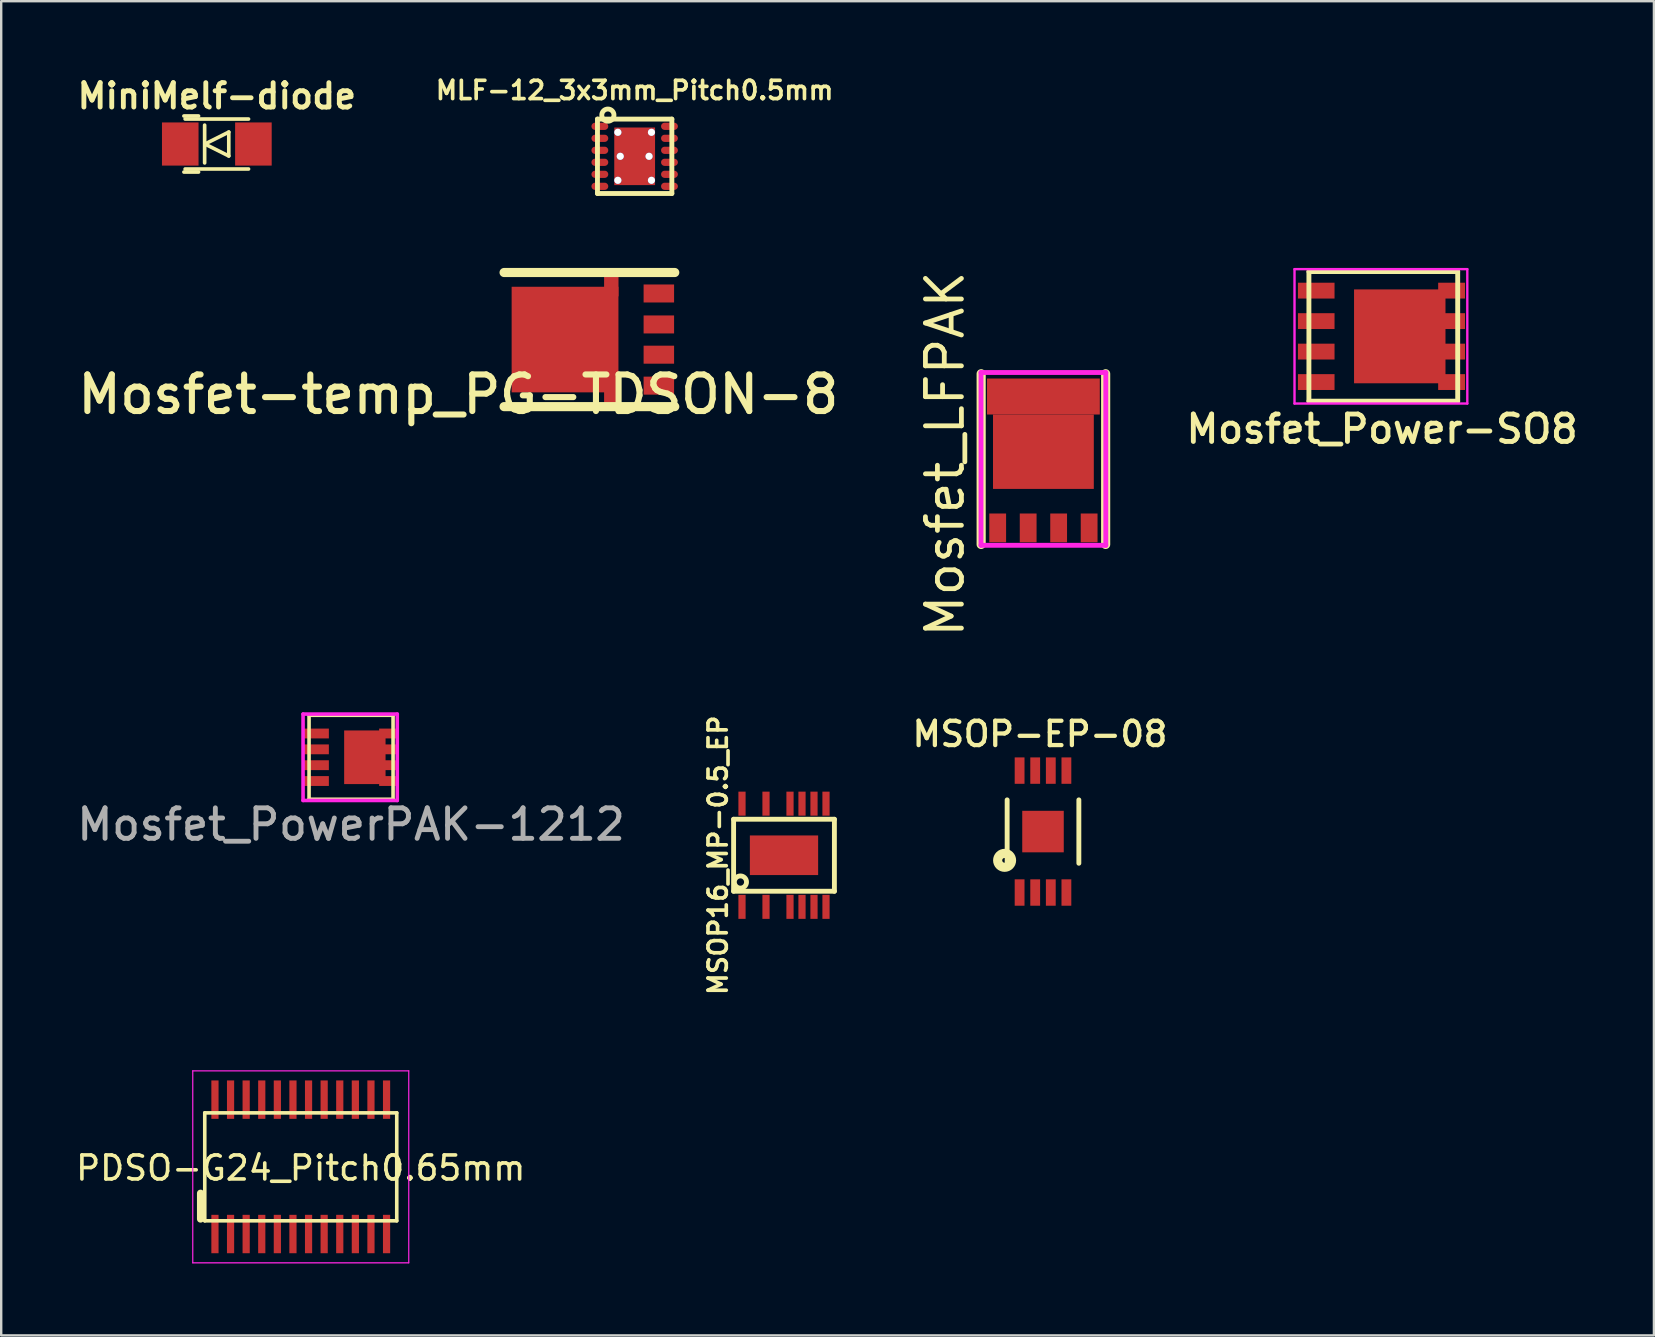
<source format=kicad_pcb>
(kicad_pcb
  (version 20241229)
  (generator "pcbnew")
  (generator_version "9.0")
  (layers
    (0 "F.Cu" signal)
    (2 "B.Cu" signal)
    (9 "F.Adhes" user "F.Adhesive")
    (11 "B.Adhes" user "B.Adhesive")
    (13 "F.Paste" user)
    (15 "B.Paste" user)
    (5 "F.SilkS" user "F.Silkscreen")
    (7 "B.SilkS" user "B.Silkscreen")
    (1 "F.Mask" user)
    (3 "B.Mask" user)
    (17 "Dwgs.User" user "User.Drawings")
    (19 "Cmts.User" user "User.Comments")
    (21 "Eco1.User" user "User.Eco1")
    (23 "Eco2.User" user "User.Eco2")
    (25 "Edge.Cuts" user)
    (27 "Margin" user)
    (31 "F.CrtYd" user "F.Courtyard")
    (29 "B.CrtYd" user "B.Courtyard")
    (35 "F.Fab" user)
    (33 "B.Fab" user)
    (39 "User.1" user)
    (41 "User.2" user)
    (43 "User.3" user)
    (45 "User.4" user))
  (footprint "MSOP-EP-08"
    (layer "F.Cu")
    (at 40.41 31.6)
    (property "Reference" "MSOP-EP-08" (at -0.127 -4.064 0) (layer "F.SilkS") (effects (font (size 1.016 1.016) (thickness 0.178))))
    (attr smd)
    (fp_line (start -1.494 -1.321) (end -1.494 1.321) (stroke (width 0.203) (type solid)) (layer "F.SilkS"))
    (fp_line (start 1.494 -1.321) (end 1.494 1.321) (stroke (width 0.203) (type solid)) (layer "F.SilkS"))
    (fp_circle (center -1.6 1.199) (end -1.501 1.199) (stroke (width 0.381) (type solid)) (fill no) (layer "F.SilkS"))
    (pad "1" smd rect (at -0.975 2.54) (size 0.409 1.1) (layers "F.Cu" "F.Mask" "F.Paste"))
    (pad "2" smd rect (at -0.325 2.54) (size 0.409 1.1) (layers "F.Cu" "F.Mask" "F.Paste"))
    (pad "3" smd rect (at 0.325 2.54) (size 0.409 1.1) (layers "F.Cu" "F.Mask" "F.Paste"))
    (pad "4" smd rect (at 0.975 2.54) (size 0.409 1.1) (layers "F.Cu" "F.Mask" "F.Paste"))
    (pad "5" smd rect (at 0.975 -2.54) (size 0.409 1.1) (layers "F.Cu" "F.Mask" "F.Paste"))
    (pad "6" smd rect (at 0.325 -2.54) (size 0.409 1.1) (layers "F.Cu" "F.Mask" "F.Paste"))
    (pad "7" smd rect (at -0.325 -2.54) (size 0.409 1.1) (layers "F.Cu" "F.Mask" "F.Paste"))
    (pad "8" smd rect (at -0.975 -2.54) (size 0.409 1.1) (layers "F.Cu" "F.Mask" "F.Paste"))
    (pad "9" smd rect (at 0 0) (size 1.73 1.73) (layers "F.Cu" "F.Mask" "F.Paste")))
  (footprint "Mosfet-temp_PG-TDSON-8"
    (layer "F.Cu")
    (at 21.002 11.099)
    (property "Reference" "Mosfet-temp_PG-TDSON-8" (at -4.953 2.286 0) (layer "F.SilkS") (effects (font (size 1.524 1.524) (thickness 0.254))))
    (attr through_hole)
    (fp_line (start -3.048 -2.794) (end 4.064 -2.794) (stroke (width 0.381) (type solid)) (layer "F.SilkS"))
    (fp_line (start -3.048 2.794) (end 4.064 2.794) (stroke (width 0.381) (type solid)) (layer "F.SilkS"))
    (pad "D" smd rect (at -0.508 0) (size 4.45 4.4) (layers "F.Cu" "F.Mask" "F.Paste"))
    (pad "D" smd rect (at 1.42 -2.3) (size 0.6 1) (layers "F.Cu" "F.Mask" "F.Paste"))
    (pad "D" smd rect (at 1.42 2.3) (size 0.6 1) (layers "F.Cu" "F.Mask" "F.Paste"))
    (pad "G" smd rect (at 3.401 -1.92) (size 1.27 0.75) (layers "F.Cu" "F.Mask" "F.Paste"))
    (pad "S" smd rect (at 3.401 -0.63) (size 1.27 0.75) (layers "F.Cu" "F.Mask" "F.Paste"))
    (pad "S" smd rect (at 3.401 0.63) (size 1.27 0.75) (layers "F.Cu" "F.Mask" "F.Paste"))
    (pad "S" smd rect (at 3.401 1.92) (size 1.27 0.75) (layers "F.Cu" "F.Mask" "F.Paste")))
  (footprint "MSOP16_MP-0.5_EP"
    (layer "F.Cu")
    (at 29.618 32.587)
    (property "Reference" "MSOP16_MP-0.5_EP" (at -2.75 0 90) (layer "F.SilkS") (effects (font (size 0.762 0.762) (thickness 0.152))))
    (attr smd)
    (fp_line (start -2.1 -1.5) (end 2.1 -1.5) (stroke (width 0.203) (type solid)) (layer "F.SilkS"))
    (fp_line (start -2.1 1.5) (end -2.1 -1.5) (stroke (width 0.203) (type solid)) (layer "F.SilkS"))
    (fp_line (start 2.1 -1.5) (end 2.1 1.5) (stroke (width 0.203) (type solid)) (layer "F.SilkS"))
    (fp_line (start 2.1 1.5) (end -2.1 1.5) (stroke (width 0.203) (type solid)) (layer "F.SilkS"))
    (fp_circle (center -1.816 1.116) (end -1.816 0.862) (stroke (width 0.203) (type solid)) (fill no) (layer "F.SilkS"))
    (pad "" smd circle (at -0.75 0) (size 1 1) (layers "F.Paste"))
    (pad "" smd circle (at 0.75 0) (size 1 1) (layers "F.Paste"))
    (pad "1" smd rect (at -1.75 2.15) (size 0.3 1.001) (layers "F.Cu" "F.Mask" "F.Paste"))
    (pad "3" smd rect (at -0.75 2.15) (size 0.3 1.001) (layers "F.Cu" "F.Mask" "F.Paste"))
    (pad "5" smd rect (at 0.25 2.15) (size 0.3 1.001) (layers "F.Cu" "F.Mask" "F.Paste"))
    (pad "6" smd rect (at 0.75 2.15) (size 0.3 1.001) (layers "F.Cu" "F.Mask" "F.Paste"))
    (pad "7" smd rect (at 1.25 2.15) (size 0.3 1.001) (layers "F.Cu" "F.Mask" "F.Paste"))
    (pad "8" smd rect (at 1.75 2.15) (size 0.3 1.001) (layers "F.Cu" "F.Mask" "F.Paste"))
    (pad "9" smd rect (at 1.75 -2.15) (size 0.3 1.001) (layers "F.Cu" "F.Mask" "F.Paste"))
    (pad "10" smd rect (at 1.25 -2.15) (size 0.3 1.001) (layers "F.Cu" "F.Mask" "F.Paste"))
    (pad "11" smd rect (at 0.75 -2.15) (size 0.3 1.001) (layers "F.Cu" "F.Mask" "F.Paste"))
    (pad "12" smd rect (at 0.25 -2.15) (size 0.3 1.001) (layers "F.Cu" "F.Mask" "F.Paste"))
    (pad "14" smd rect (at -0.75 -2.15) (size 0.3 1.001) (layers "F.Cu" "F.Mask" "F.Paste"))
    (pad "16" smd rect (at -1.75 -2.15) (size 0.3 1.001) (layers "F.Cu" "F.Mask" "F.Paste"))
    (pad "17" smd rect (at 0 0) (size 2.845 1.651) (layers "F.Cu" "F.Mask")))
  (footprint "PDSO-G24_Pitch0.65mm"
    (layer "F.Cu")
    (at 9.482 45.57)
    (property "Reference" "PDSO-G24_Pitch0.65mm" (at 0 0.05 0) (layer "F.SilkS") (effects (font (size 1 1) (thickness 0.15))))
    (attr smd)
    (fp_line (start -4.175 1.1) (end -4.175 2.175) (stroke (width 0.3) (type solid)) (layer "F.SilkS"))
    (fp_line (start -4 -2.25) (end 4 -2.25) (stroke (width 0.15) (type solid)) (layer "F.SilkS"))
    (fp_line (start -4 2.25) (end -4 -2.25) (stroke (width 0.15) (type solid)) (layer "F.SilkS"))
    (fp_line (start -4 2.25) (end 4 2.25) (stroke (width 0.15) (type solid)) (layer "F.SilkS"))
    (fp_line (start 4 2.25) (end 4 -2.25) (stroke (width 0.15) (type solid)) (layer "F.SilkS"))
    (fp_line (start -4.5 -4) (end 4.5 -4) (stroke (width 0.05) (type solid)) (layer "F.CrtYd"))
    (fp_line (start -4.5 4) (end -4.5 -4) (stroke (width 0.05) (type solid)) (layer "F.CrtYd"))
    (fp_line (start -4.5 4) (end 4.5 4) (stroke (width 0.05) (type solid)) (layer "F.CrtYd"))
    (fp_line (start 4.5 4) (end 4.5 -4) (stroke (width 0.05) (type solid)) (layer "F.CrtYd"))
    (pad "1" smd rect (at -3.575 2.8) (size 0.3 1.6) (layers "F.Cu" "F.Mask" "F.Paste"))
    (pad "2" smd rect (at -2.925 2.8) (size 0.3 1.6) (layers "F.Cu" "F.Mask" "F.Paste"))
    (pad "3" smd rect (at -2.275 2.8) (size 0.3 1.6) (layers "F.Cu" "F.Mask" "F.Paste"))
    (pad "4" smd rect (at -1.625 2.8) (size 0.3 1.6) (layers "F.Cu" "F.Mask" "F.Paste"))
    (pad "5" smd rect (at -0.975 2.8) (size 0.3 1.6) (layers "F.Cu" "F.Mask" "F.Paste"))
    (pad "6" smd rect (at -0.325 2.8) (size 0.3 1.6) (layers "F.Cu" "F.Mask" "F.Paste"))
    (pad "7" smd rect (at 0.325 2.8) (size 0.3 1.6) (layers "F.Cu" "F.Mask" "F.Paste"))
    (pad "8" smd rect (at 0.975 2.8) (size 0.3 1.6) (layers "F.Cu" "F.Mask" "F.Paste"))
    (pad "9" smd rect (at 1.625 2.8) (size 0.3 1.6) (layers "F.Cu" "F.Mask" "F.Paste"))
    (pad "10" smd rect (at 2.275 2.8) (size 0.3 1.6) (layers "F.Cu" "F.Mask" "F.Paste"))
    (pad "11" smd rect (at 2.925 2.8) (size 0.3 1.6) (layers "F.Cu" "F.Mask" "F.Paste"))
    (pad "12" smd rect (at 3.575 2.8) (size 0.3 1.6) (layers "F.Cu" "F.Mask" "F.Paste"))
    (pad "13" smd rect (at 3.575 -2.8) (size 0.3 1.6) (layers "F.Cu" "F.Mask" "F.Paste"))
    (pad "14" smd rect (at 2.925 -2.8) (size 0.3 1.6) (layers "F.Cu" "F.Mask" "F.Paste"))
    (pad "15" smd rect (at 2.275 -2.8) (size 0.3 1.6) (layers "F.Cu" "F.Mask" "F.Paste"))
    (pad "16" smd rect (at 1.625 -2.8) (size 0.3 1.6) (layers "F.Cu" "F.Mask" "F.Paste"))
    (pad "17" smd rect (at 0.975 -2.8) (size 0.3 1.6) (layers "F.Cu" "F.Mask" "F.Paste"))
    (pad "18" smd rect (at 0.325 -2.8) (size 0.3 1.6) (layers "F.Cu" "F.Mask" "F.Paste"))
    (pad "19" smd rect (at -0.325 -2.8) (size 0.3 1.6) (layers "F.Cu" "F.Mask" "F.Paste"))
    (pad "20" smd rect (at -0.975 -2.8) (size 0.3 1.6) (layers "F.Cu" "F.Mask" "F.Paste"))
    (pad "21" smd rect (at -1.625 -2.8) (size 0.3 1.6) (layers "F.Cu" "F.Mask" "F.Paste"))
    (pad "22" smd rect (at -2.275 -2.8) (size 0.3 1.6) (layers "F.Cu" "F.Mask" "F.Paste"))
    (pad "23" smd rect (at -2.925 -2.8) (size 0.3 1.6) (layers "F.Cu" "F.Mask" "F.Paste"))
    (pad "24" smd rect (at -3.575 -2.8) (size 0.3 1.6) (layers "F.Cu" "F.Mask" "F.Paste")))
  (footprint "MiniMelf-diode"
    (layer "F.Cu")
    (at 5.985 2.951)
    (property "Reference" "MiniMelf-diode" (at 0 -2 0) (layer "F.SilkS") (effects (font (size 1.016 1.016) (thickness 0.203))))
    (attr smd)
    (fp_line (start -1.372 -1.168) (end -0.762 -1.168) (stroke (width 0.152) (type solid)) (layer "F.SilkS"))
    (fp_line (start -1.372 1.168) (end -0.762 1.168) (stroke (width 0.152) (type solid)) (layer "F.SilkS"))
    (fp_line (start -0.508 0.787) (end -0.508 -0.787) (stroke (width 0.152) (type solid)) (layer "F.SilkS"))
    (fp_line (start -0.498 0) (end 0.498 0.498) (stroke (width 0.152) (type solid)) (layer "F.SilkS"))
    (fp_line (start 0.498 -0.498) (end -0.498 0) (stroke (width 0.152) (type solid)) (layer "F.SilkS"))
    (fp_line (start 0.498 0.498) (end 0.498 -0.498) (stroke (width 0.152) (type solid)) (layer "F.SilkS"))
    (fp_line (start 1.321 -1.041) (end -1.321 -1.041) (stroke (width 0.152) (type solid)) (layer "F.SilkS"))
    (fp_line (start 1.321 1.041) (end -1.321 1.041) (stroke (width 0.152) (type solid)) (layer "F.SilkS"))
    (pad "1" smd rect (at -1.524 0) (size 1.524 1.798) (layers "F.Cu" "F.Mask" "F.Paste"))
    (pad "2" smd rect (at 1.524 0) (size 1.524 1.798) (layers "F.Cu" "F.Mask" "F.Paste")))
  (footprint "Mosfet_Power-SO8"
    (layer "F.Cu")
    (at 54.59 10.965)
    (property "Reference" "Mosfet_Power-SO8" (at -0.051 3.861 0) (layer "F.SilkS") (effects (font (size 1.143 1.143) (thickness 0.203))))
    (attr smd)
    (fp_line (start -3.1 -2.7) (end -3.1 2.7) (stroke (width 0.203) (type solid)) (layer "F.SilkS"))
    (fp_line (start -3.1 2.7) (end 3.1 2.7) (stroke (width 0.203) (type solid)) (layer "F.SilkS"))
    (fp_line (start 3.1 -2.7) (end -3.1 -2.7) (stroke (width 0.203) (type solid)) (layer "F.SilkS"))
    (fp_line (start 3.1 2.7) (end 3.1 -2.7) (stroke (width 0.203) (type solid)) (layer "F.SilkS"))
    (fp_line (start -3.7 -2.8) (end 3.5 -2.8) (stroke (width 0.1) (type solid)) (layer "F.CrtYd"))
    (fp_line (start -3.7 2.8) (end -3.7 -2.8) (stroke (width 0.1) (type solid)) (layer "F.CrtYd"))
    (fp_line (start 3.5 -2.8) (end 3.5 2.8) (stroke (width 0.1) (type solid)) (layer "F.CrtYd"))
    (fp_line (start 3.5 2.8) (end -3.7 2.8) (stroke (width 0.1) (type solid)) (layer "F.CrtYd"))
    (pad "" smd circle (at -0.7 -1.4) (size 0.8 0.8) (layers "F.Paste"))
    (pad "" smd circle (at -0.7 -0.45) (size 0.8 0.8) (layers "F.Paste"))
    (pad "" smd circle (at -0.7 0.5) (size 0.8 0.8) (layers "F.Paste"))
    (pad "" smd circle (at -0.7 1.45) (size 0.8 0.8) (layers "F.Paste"))
    (pad "" smd circle (at 0.3 -1.4) (size 0.8 0.8) (layers "F.Paste"))
    (pad "" smd circle (at 0.3 -0.45) (size 0.8 0.8) (layers "F.Paste"))
    (pad "" smd circle (at 0.3 0.5) (size 0.8 0.8) (layers "F.Paste"))
    (pad "" smd circle (at 0.3 1.45) (size 0.8 0.8) (layers "F.Paste"))
    (pad "" smd circle (at 1.3 -1.4) (size 0.8 0.8) (layers "F.Paste"))
    (pad "" smd circle (at 1.3 -0.45) (size 0.8 0.8) (layers "F.Paste"))
    (pad "" smd circle (at 1.3 0.5) (size 0.8 0.8) (layers "F.Paste"))
    (pad "" smd circle (at 1.3 1.45) (size 0.8 0.8) (layers "F.Paste"))
    (pad "" smd circle (at 2.007 0) (size 0.6 0.6) (layers "F.Paste"))
    (pad "" smd circle (at 2.083 -1.27) (size 0.6 0.6) (layers "F.Paste"))
    (pad "" smd circle (at 2.083 1.27) (size 0.6 0.6) (layers "F.Paste"))
    (pad "D" smd rect (at 0.686 0) (size 3.81 3.912) (layers "F.Cu" "F.Mask"))
    (pad "D" smd rect (at 2.845 -1.905) (size 1.118 0.66) (layers "F.Cu" "F.Mask" "F.Paste"))
    (pad "D" smd rect (at 2.845 -0.635) (size 1.118 0.66) (layers "F.Cu" "F.Mask" "F.Paste"))
    (pad "D" smd rect (at 2.845 0.635) (size 1.118 0.66) (layers "F.Cu" "F.Mask" "F.Paste"))
    (pad "D" smd rect (at 2.845 1.905) (size 1.118 0.66) (layers "F.Cu" "F.Mask" "F.Paste"))
    (pad "G" smd rect (at -2.794 1.905) (size 1.524 0.66) (layers "F.Cu" "F.Mask" "F.Paste"))
    (pad "S" smd rect (at -2.794 -1.905) (size 1.524 0.66) (layers "F.Cu" "F.Mask" "F.Paste"))
    (pad "S" smd rect (at -2.794 -0.635) (size 1.524 0.66) (layers "F.Cu" "F.Mask" "F.Paste"))
    (pad "S" smd rect (at -2.794 0.635) (size 1.524 0.66) (layers "F.Cu" "F.Mask" "F.Paste")))
  (footprint "Mosfet_PowerPAK-1212"
    (layer "F.Cu")
    (at 11.578 28.504)
    (property "Reference" "Mosfet_PowerPAK-1212" (at 0 2.8 0) (layer "F.Fab") (effects (font (size 1.27 1.27) (thickness 0.203))))
    (attr through_hole)
    (fp_line (start -1.75 -1.75) (end 1.75 -1.75) (stroke (width 0.15) (type solid)) (layer "F.SilkS"))
    (fp_line (start -1.75 1.75) (end -1.75 -1.75) (stroke (width 0.15) (type solid)) (layer "F.SilkS"))
    (fp_line (start 1.75 -1.75) (end 1.75 1.75) (stroke (width 0.15) (type solid)) (layer "F.SilkS"))
    (fp_line (start 1.75 1.75) (end -1.75 1.75) (stroke (width 0.15) (type solid)) (layer "F.SilkS"))
    (fp_line (start -2 -1.8) (end 1.925 -1.8) (stroke (width 0.15) (type solid)) (layer "F.CrtYd"))
    (fp_line (start -2 1.8) (end -2 -1.8) (stroke (width 0.15) (type solid)) (layer "F.CrtYd"))
    (fp_line (start 1.925 -1.8) (end 1.925 1.8) (stroke (width 0.15) (type solid)) (layer "F.CrtYd"))
    (fp_line (start 1.925 1.8) (end -2 1.8) (stroke (width 0.15) (type solid)) (layer "F.CrtYd"))
    (pad "D" smd rect (at 0.575 0 270) (size 2.235 1.725) (layers "F.Cu" "F.Mask"))
    (pad "D" smd rect (at 1.55 -0.99) (size 0.76 0.41) (layers "F.Cu" "F.Mask" "F.Paste"))
    (pad "D" smd rect (at 1.55 -0.33) (size 0.76 0.41) (layers "F.Cu" "F.Mask" "F.Paste"))
    (pad "D" smd rect (at 1.55 0.33) (size 0.76 0.41) (layers "F.Cu" "F.Mask" "F.Paste"))
    (pad "G" smd rect (at -1.45 -0.99) (size 1.05 0.41) (layers "F.Cu" "F.Mask" "F.Paste"))
    (pad "S" smd rect (at -1.45 -0.33) (size 1.05 0.41) (layers "F.Cu" "F.Mask" "F.Paste"))
    (pad "S" smd rect (at -1.45 0.33) (size 1.05 0.41) (layers "F.Cu" "F.Mask" "F.Paste"))
    (pad "S" smd rect (at -1.45 0.99) (size 1.05 0.41) (layers "F.Cu" "F.Mask" "F.Paste"))
    (pad "S" smd rect (at 1.55 0.99) (size 0.76 0.41) (layers "F.Cu" "F.Mask" "F.Paste")))
  (footprint "MLF-12_3x3mm_Pitch0.5mm"
    (layer "F.Cu")
    (at 23.395 3.463)
    (property "Reference" "MLF-12_3x3mm_Pitch0.5mm" (at 0 -2.75 0) (layer "F.SilkS") (effects (font (size 0.762 0.762) (thickness 0.152))))
    (attr smd)
    (fp_line (start -1.55 -1.55) (end -1.55 1.55) (stroke (width 0.203) (type solid)) (layer "F.SilkS"))
    (fp_line (start -1.55 -1.55) (end 1.55 -1.55) (stroke (width 0.203) (type solid)) (layer "F.SilkS"))
    (fp_line (start 1.55 -1.55) (end 1.55 1.55) (stroke (width 0.203) (type solid)) (layer "F.SilkS"))
    (fp_line (start 1.55 1.55) (end -1.55 1.55) (stroke (width 0.203) (type solid)) (layer "F.SilkS"))
    (fp_circle (center -1.116 -1.716) (end -0.862 -1.716) (stroke (width 0.203) (type solid)) (fill no) (layer "F.SilkS"))
    (pad "" smd oval (at 0 -0.6) (size 1.3 0.9) (layers "F.Paste"))
    (pad "" smd oval (at 0 0.6) (size 1.3 0.9) (layers "F.Paste"))
    (pad "1" smd oval (at -1.45 -1.25) (size 0.7 0.3) (layers "F.Cu" "F.Mask" "F.Paste"))
    (pad "2" smd oval (at -1.45 -0.75) (size 0.7 0.3) (layers "F.Cu" "F.Mask" "F.Paste"))
    (pad "3" smd oval (at -1.45 -0.25) (size 0.7 0.3) (layers "F.Cu" "F.Mask" "F.Paste"))
    (pad "4" smd oval (at -1.45 0.25) (size 0.7 0.3) (layers "F.Cu" "F.Mask" "F.Paste"))
    (pad "5" smd oval (at -1.45 0.75) (size 0.7 0.3) (layers "F.Cu" "F.Mask" "F.Paste"))
    (pad "6" smd oval (at -1.45 1.25) (size 0.7 0.3) (layers "F.Cu" "F.Mask" "F.Paste"))
    (pad "7" smd oval (at 1.45 1.25) (size 0.7 0.3) (layers "F.Cu" "F.Mask" "F.Paste"))
    (pad "8" smd oval (at 1.45 0.75) (size 0.7 0.3) (layers "F.Cu" "F.Mask" "F.Paste"))
    (pad "9" smd oval (at 1.45 0.25) (size 0.7 0.3) (layers "F.Cu" "F.Mask" "F.Paste"))
    (pad "10" smd oval (at 1.45 -0.25) (size 0.7 0.3) (layers "F.Cu" "F.Mask" "F.Paste"))
    (pad "11" smd oval (at 1.45 -0.75) (size 0.7 0.3) (layers "F.Cu" "F.Mask" "F.Paste"))
    (pad "12" smd oval (at 1.45 -1.25) (size 0.7 0.3) (layers "F.Cu" "F.Mask" "F.Paste"))
    (pad "13" thru_hole circle (at -0.7 -1) (size 0.3 0.3) (drill 0.3) (layers "*.Cu" "*.Mask"))
    (pad "13" thru_hole oval (at -0.7 1) (size 0.3 0.3) (drill 0.3) (layers "*.Cu" "*.Mask"))
    (pad "13" thru_hole oval (at -0.6 0) (size 0.3 0.3) (drill 0.3) (layers "*.Cu" "*.Mask"))
    (pad "13" smd rect (at 0 0) (size 1.7 2.4) (layers "F.Cu" "F.Mask"))
    (pad "13" thru_hole circle (at 0.6 0) (size 0.3 0.3) (drill 0.3) (layers "*.Cu" "*.Mask"))
    (pad "13" thru_hole circle (at 0.7 -1) (size 0.3 0.3) (drill 0.3) (layers "*.Cu" "*.Mask"))
    (pad "13" thru_hole oval (at 0.7 1) (size 0.3 0.3) (drill 0.3) (layers "*.Cu" "*.Mask")))
  (footprint "Mosfet_LFPAK"
    (layer "F.Cu")
    (at 40.427 15.772)
    (property "Reference" "Mosfet_LFPAK" (at -4.1 0.1 90) (layer "F.SilkS") (effects (font (size 1.5 1.5) (thickness 0.2))))
    (attr through_hole)
    (fp_line (start -2.594 -3.248) (end -2.594 3.864) (stroke (width 0.381) (type solid)) (layer "F.SilkS"))
    (fp_line (start 2.594 -3.248) (end 2.594 3.864) (stroke (width 0.381) (type solid)) (layer "F.SilkS"))
    (fp_line (start -2.6 -3.3) (end 2.6 -3.3) (stroke (width 0.203) (type solid)) (layer "F.CrtYd"))
    (fp_line (start -2.6 3.9) (end -2.6 -3.3) (stroke (width 0.203) (type solid)) (layer "F.CrtYd"))
    (fp_line (start 2.6 -3.3) (end 2.6 3.9) (stroke (width 0.203) (type solid)) (layer "F.CrtYd"))
    (fp_line (start 2.6 3.9) (end -2.6 3.9) (stroke (width 0.203) (type solid)) (layer "F.CrtYd"))
    (pad "" smd rect (at -1.8 -2.2) (size 0.6 1.2) (layers "F.Paste"))
    (pad "" smd rect (at -1.3 -0.8 90) (size 0.6 0.9) (layers "F.Paste"))
    (pad "" smd rect (at -1.3 0.1 90) (size 0.6 0.9) (layers "F.Paste"))
    (pad "" smd rect (at -1.3 1 90) (size 0.6 0.9) (layers "F.Paste"))
    (pad "" smd rect (at -0.6 -2.2) (size 0.6 1.2) (layers "F.Paste"))
    (pad "" smd rect (at -0.1 -0.8 90) (size 0.6 0.9) (layers "F.Paste"))
    (pad "" smd rect (at -0.1 0.1 90) (size 0.6 0.9) (layers "F.Paste"))
    (pad "" smd rect (at -0.1 1 90) (size 0.6 0.9) (layers "F.Paste"))
    (pad "" smd rect (at 0.6 -2.2) (size 0.6 1.2) (layers "F.Paste"))
    (pad "" smd rect (at 1.1 -0.8 90) (size 0.6 0.9) (layers "F.Paste"))
    (pad "" smd rect (at 1.1 0.1 90) (size 0.6 0.9) (layers "F.Paste"))
    (pad "" smd rect (at 1.1 1 90) (size 0.6 0.9) (layers "F.Paste"))
    (pad "" smd rect (at 1.8 -2.2) (size 0.6 1.2) (layers "F.Paste"))
    (pad "D" smd rect (at 0 -2.3) (size 4.7 1.5) (layers "F.Cu" "F.Mask"))
    (pad "D" smd rect (at 0 0) (size 4.2 3.1) (layers "F.Cu" "F.Mask"))
    (pad "G" smd rect (at 1.905 3.175) (size 0.7 1.2) (layers "F.Cu" "F.Mask" "F.Paste"))
    (pad "S" smd rect (at -1.905 3.175) (size 0.7 1.2) (layers "F.Cu" "F.Mask" "F.Paste"))
    (pad "S" smd rect (at -0.635 3.175) (size 0.7 1.2) (layers "F.Cu" "F.Mask" "F.Paste"))
    (pad "S" smd rect (at 0.635 3.175) (size 0.7 1.2) (layers "F.Cu" "F.Mask" "F.Paste")))
  (gr_rect
    (start -3 -3)
    (end 65.866 52.595)
    (stroke (width 0.1) (type default))
    (fill no)
    (layer "Edge.Cuts")))
</source>
